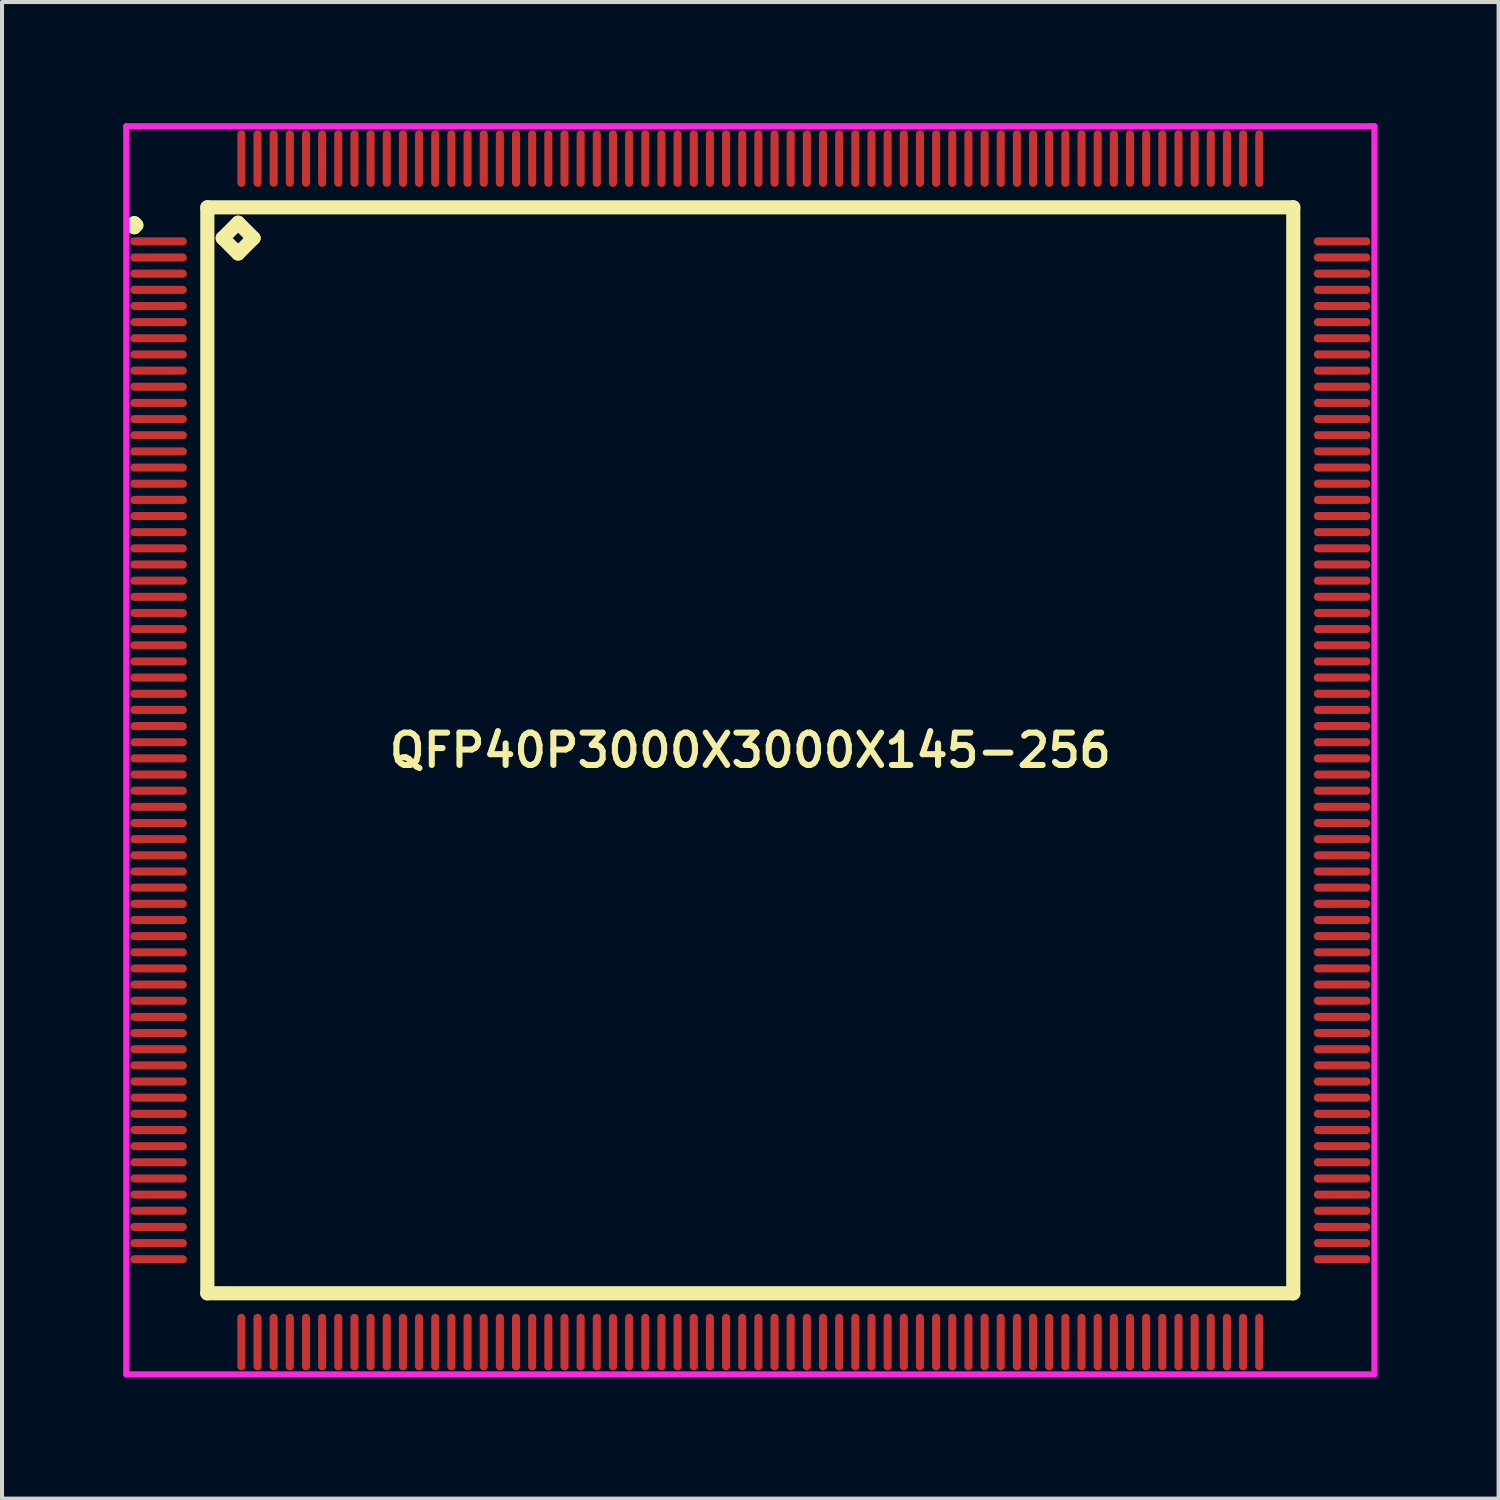
<source format=kicad_pcb>
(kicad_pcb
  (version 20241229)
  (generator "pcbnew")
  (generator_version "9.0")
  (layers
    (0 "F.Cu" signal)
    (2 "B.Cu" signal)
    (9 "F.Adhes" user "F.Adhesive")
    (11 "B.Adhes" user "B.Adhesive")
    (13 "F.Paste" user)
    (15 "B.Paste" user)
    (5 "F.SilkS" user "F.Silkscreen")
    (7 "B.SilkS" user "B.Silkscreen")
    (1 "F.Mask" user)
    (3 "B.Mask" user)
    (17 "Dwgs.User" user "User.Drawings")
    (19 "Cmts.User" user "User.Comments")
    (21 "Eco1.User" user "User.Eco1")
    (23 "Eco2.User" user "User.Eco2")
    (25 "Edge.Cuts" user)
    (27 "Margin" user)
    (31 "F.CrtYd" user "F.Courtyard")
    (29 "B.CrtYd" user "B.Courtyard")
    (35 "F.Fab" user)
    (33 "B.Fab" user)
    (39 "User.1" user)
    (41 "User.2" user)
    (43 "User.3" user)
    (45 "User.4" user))
  (footprint "QFP40P3000X3000X145-256"
    (layer "F.Cu")
    (at 15.525 15.525)
    (property "Reference" "QFP40P3000X3000X145-256" (at 0 0 0) (layer "F.SilkS") (effects (font (size 0.8 0.8) (thickness 0.15))))
    (attr smd)
    (fp_line (start -15.3 -13) (end -15.25 -13.05) (stroke (width 0.35) (type solid)) (layer "F.SilkS"))
    (fp_line (start -15.25 -13.05) (end -15.2 -13) (stroke (width 0.35) (type solid)) (layer "F.SilkS"))
    (fp_line (start -15.25 -12.95) (end -15.3 -13) (stroke (width 0.35) (type solid)) (layer "F.SilkS"))
    (fp_line (start -15.2 -13) (end -15.25 -12.95) (stroke (width 0.35) (type solid)) (layer "F.SilkS"))
    (fp_line (start -13.442 -13.442) (end -13.442 13.442) (stroke (width 0.35) (type solid)) (layer "F.SilkS"))
    (fp_line (start -13.442 13.442) (end 13.442 13.442) (stroke (width 0.35) (type solid)) (layer "F.SilkS"))
    (fp_line (start -13.061 -12.68) (end -12.68 -13.061) (stroke (width 0.35) (type solid)) (layer "F.SilkS"))
    (fp_line (start -12.68 -13.061) (end -12.299 -12.68) (stroke (width 0.35) (type solid)) (layer "F.SilkS"))
    (fp_line (start -12.68 -12.299) (end -13.061 -12.68) (stroke (width 0.35) (type solid)) (layer "F.SilkS"))
    (fp_line (start -12.299 -12.68) (end -12.68 -12.299) (stroke (width 0.35) (type solid)) (layer "F.SilkS"))
    (fp_line (start 13.442 -13.442) (end -13.442 -13.442) (stroke (width 0.35) (type solid)) (layer "F.SilkS"))
    (fp_line (start 13.442 13.442) (end 13.442 -13.442) (stroke (width 0.35) (type solid)) (layer "F.SilkS"))
    (fp_line (start -15.45 -15.45) (end 15.45 -15.45) (stroke (width 0.15) (type solid)) (layer "F.CrtYd"))
    (fp_line (start -15.45 15.45) (end -15.45 -15.45) (stroke (width 0.15) (type solid)) (layer "F.CrtYd"))
    (fp_line (start 15.45 -15.45) (end 15.45 15.45) (stroke (width 0.15) (type solid)) (layer "F.CrtYd"))
    (fp_line (start 15.45 15.45) (end -15.45 15.45) (stroke (width 0.15) (type solid)) (layer "F.CrtYd"))
    (pad "1" smd oval (at -14.65 -12.6) (size 1.4 0.2) (layers "F.Cu" "F.Mask" "F.Paste"))
    (pad "2" smd oval (at -14.65 -12.2) (size 1.4 0.2) (layers "F.Cu" "F.Mask" "F.Paste"))
    (pad "3" smd oval (at -14.65 -11.8) (size 1.4 0.2) (layers "F.Cu" "F.Mask" "F.Paste"))
    (pad "4" smd oval (at -14.65 -11.4) (size 1.4 0.2) (layers "F.Cu" "F.Mask" "F.Paste"))
    (pad "5" smd oval (at -14.65 -11) (size 1.4 0.2) (layers "F.Cu" "F.Mask" "F.Paste"))
    (pad "6" smd oval (at -14.65 -10.6) (size 1.4 0.2) (layers "F.Cu" "F.Mask" "F.Paste"))
    (pad "7" smd oval (at -14.65 -10.2) (size 1.4 0.2) (layers "F.Cu" "F.Mask" "F.Paste"))
    (pad "8" smd oval (at -14.65 -9.8) (size 1.4 0.2) (layers "F.Cu" "F.Mask" "F.Paste"))
    (pad "9" smd oval (at -14.65 -9.4) (size 1.4 0.2) (layers "F.Cu" "F.Mask" "F.Paste"))
    (pad "10" smd oval (at -14.65 -9) (size 1.4 0.2) (layers "F.Cu" "F.Mask" "F.Paste"))
    (pad "11" smd oval (at -14.65 -8.6) (size 1.4 0.2) (layers "F.Cu" "F.Mask" "F.Paste"))
    (pad "12" smd oval (at -14.65 -8.2) (size 1.4 0.2) (layers "F.Cu" "F.Mask" "F.Paste"))
    (pad "13" smd oval (at -14.65 -7.8) (size 1.4 0.2) (layers "F.Cu" "F.Mask" "F.Paste"))
    (pad "14" smd oval (at -14.65 -7.4) (size 1.4 0.2) (layers "F.Cu" "F.Mask" "F.Paste"))
    (pad "15" smd oval (at -14.65 -7) (size 1.4 0.2) (layers "F.Cu" "F.Mask" "F.Paste"))
    (pad "16" smd oval (at -14.65 -6.6) (size 1.4 0.2) (layers "F.Cu" "F.Mask" "F.Paste"))
    (pad "17" smd oval (at -14.65 -6.2) (size 1.4 0.2) (layers "F.Cu" "F.Mask" "F.Paste"))
    (pad "18" smd oval (at -14.65 -5.8) (size 1.4 0.2) (layers "F.Cu" "F.Mask" "F.Paste"))
    (pad "19" smd oval (at -14.65 -5.4) (size 1.4 0.2) (layers "F.Cu" "F.Mask" "F.Paste"))
    (pad "20" smd oval (at -14.65 -5) (size 1.4 0.2) (layers "F.Cu" "F.Mask" "F.Paste"))
    (pad "21" smd oval (at -14.65 -4.6) (size 1.4 0.2) (layers "F.Cu" "F.Mask" "F.Paste"))
    (pad "22" smd oval (at -14.65 -4.2) (size 1.4 0.2) (layers "F.Cu" "F.Mask" "F.Paste"))
    (pad "23" smd oval (at -14.65 -3.8) (size 1.4 0.2) (layers "F.Cu" "F.Mask" "F.Paste"))
    (pad "24" smd oval (at -14.65 -3.4) (size 1.4 0.2) (layers "F.Cu" "F.Mask" "F.Paste"))
    (pad "25" smd oval (at -14.65 -3) (size 1.4 0.2) (layers "F.Cu" "F.Mask" "F.Paste"))
    (pad "26" smd oval (at -14.65 -2.6) (size 1.4 0.2) (layers "F.Cu" "F.Mask" "F.Paste"))
    (pad "27" smd oval (at -14.65 -2.2) (size 1.4 0.2) (layers "F.Cu" "F.Mask" "F.Paste"))
    (pad "28" smd oval (at -14.65 -1.8) (size 1.4 0.2) (layers "F.Cu" "F.Mask" "F.Paste"))
    (pad "29" smd oval (at -14.65 -1.4) (size 1.4 0.2) (layers "F.Cu" "F.Mask" "F.Paste"))
    (pad "30" smd oval (at -14.65 -1) (size 1.4 0.2) (layers "F.Cu" "F.Mask" "F.Paste"))
    (pad "31" smd oval (at -14.65 -0.6) (size 1.4 0.2) (layers "F.Cu" "F.Mask" "F.Paste"))
    (pad "32" smd oval (at -14.65 -0.2) (size 1.4 0.2) (layers "F.Cu" "F.Mask" "F.Paste"))
    (pad "33" smd oval (at -14.65 0.2) (size 1.4 0.2) (layers "F.Cu" "F.Mask" "F.Paste"))
    (pad "34" smd oval (at -14.65 0.6) (size 1.4 0.2) (layers "F.Cu" "F.Mask" "F.Paste"))
    (pad "35" smd oval (at -14.65 1) (size 1.4 0.2) (layers "F.Cu" "F.Mask" "F.Paste"))
    (pad "36" smd oval (at -14.65 1.4) (size 1.4 0.2) (layers "F.Cu" "F.Mask" "F.Paste"))
    (pad "37" smd oval (at -14.65 1.8) (size 1.4 0.2) (layers "F.Cu" "F.Mask" "F.Paste"))
    (pad "38" smd oval (at -14.65 2.2) (size 1.4 0.2) (layers "F.Cu" "F.Mask" "F.Paste"))
    (pad "39" smd oval (at -14.65 2.6) (size 1.4 0.2) (layers "F.Cu" "F.Mask" "F.Paste"))
    (pad "40" smd oval (at -14.65 3) (size 1.4 0.2) (layers "F.Cu" "F.Mask" "F.Paste"))
    (pad "41" smd oval (at -14.65 3.4) (size 1.4 0.2) (layers "F.Cu" "F.Mask" "F.Paste"))
    (pad "42" smd oval (at -14.65 3.8) (size 1.4 0.2) (layers "F.Cu" "F.Mask" "F.Paste"))
    (pad "43" smd oval (at -14.65 4.2) (size 1.4 0.2) (layers "F.Cu" "F.Mask" "F.Paste"))
    (pad "44" smd oval (at -14.65 4.6) (size 1.4 0.2) (layers "F.Cu" "F.Mask" "F.Paste"))
    (pad "45" smd oval (at -14.65 5) (size 1.4 0.2) (layers "F.Cu" "F.Mask" "F.Paste"))
    (pad "46" smd oval (at -14.65 5.4) (size 1.4 0.2) (layers "F.Cu" "F.Mask" "F.Paste"))
    (pad "47" smd oval (at -14.65 5.8) (size 1.4 0.2) (layers "F.Cu" "F.Mask" "F.Paste"))
    (pad "48" smd oval (at -14.65 6.2) (size 1.4 0.2) (layers "F.Cu" "F.Mask" "F.Paste"))
    (pad "49" smd oval (at -14.65 6.6) (size 1.4 0.2) (layers "F.Cu" "F.Mask" "F.Paste"))
    (pad "50" smd oval (at -14.65 7) (size 1.4 0.2) (layers "F.Cu" "F.Mask" "F.Paste"))
    (pad "51" smd oval (at -14.65 7.4) (size 1.4 0.2) (layers "F.Cu" "F.Mask" "F.Paste"))
    (pad "52" smd oval (at -14.65 7.8) (size 1.4 0.2) (layers "F.Cu" "F.Mask" "F.Paste"))
    (pad "53" smd oval (at -14.65 8.2) (size 1.4 0.2) (layers "F.Cu" "F.Mask" "F.Paste"))
    (pad "54" smd oval (at -14.65 8.6) (size 1.4 0.2) (layers "F.Cu" "F.Mask" "F.Paste"))
    (pad "55" smd oval (at -14.65 9) (size 1.4 0.2) (layers "F.Cu" "F.Mask" "F.Paste"))
    (pad "56" smd oval (at -14.65 9.4) (size 1.4 0.2) (layers "F.Cu" "F.Mask" "F.Paste"))
    (pad "57" smd oval (at -14.65 9.8) (size 1.4 0.2) (layers "F.Cu" "F.Mask" "F.Paste"))
    (pad "58" smd oval (at -14.65 10.2) (size 1.4 0.2) (layers "F.Cu" "F.Mask" "F.Paste"))
    (pad "59" smd oval (at -14.65 10.6) (size 1.4 0.2) (layers "F.Cu" "F.Mask" "F.Paste"))
    (pad "60" smd oval (at -14.65 11) (size 1.4 0.2) (layers "F.Cu" "F.Mask" "F.Paste"))
    (pad "61" smd oval (at -14.65 11.4) (size 1.4 0.2) (layers "F.Cu" "F.Mask" "F.Paste"))
    (pad "62" smd oval (at -14.65 11.8) (size 1.4 0.2) (layers "F.Cu" "F.Mask" "F.Paste"))
    (pad "63" smd oval (at -14.65 12.2) (size 1.4 0.2) (layers "F.Cu" "F.Mask" "F.Paste"))
    (pad "64" smd oval (at -14.65 12.6) (size 1.4 0.2) (layers "F.Cu" "F.Mask" "F.Paste"))
    (pad "65" smd oval (at -12.6 14.65) (size 0.2 1.4) (layers "F.Cu" "F.Mask" "F.Paste"))
    (pad "66" smd oval (at -12.2 14.65) (size 0.2 1.4) (layers "F.Cu" "F.Mask" "F.Paste"))
    (pad "67" smd oval (at -11.8 14.65) (size 0.2 1.4) (layers "F.Cu" "F.Mask" "F.Paste"))
    (pad "68" smd oval (at -11.4 14.65) (size 0.2 1.4) (layers "F.Cu" "F.Mask" "F.Paste"))
    (pad "69" smd oval (at -11 14.65) (size 0.2 1.4) (layers "F.Cu" "F.Mask" "F.Paste"))
    (pad "70" smd oval (at -10.6 14.65) (size 0.2 1.4) (layers "F.Cu" "F.Mask" "F.Paste"))
    (pad "71" smd oval (at -10.2 14.65) (size 0.2 1.4) (layers "F.Cu" "F.Mask" "F.Paste"))
    (pad "72" smd oval (at -9.8 14.65) (size 0.2 1.4) (layers "F.Cu" "F.Mask" "F.Paste"))
    (pad "73" smd oval (at -9.4 14.65) (size 0.2 1.4) (layers "F.Cu" "F.Mask" "F.Paste"))
    (pad "74" smd oval (at -9 14.65) (size 0.2 1.4) (layers "F.Cu" "F.Mask" "F.Paste"))
    (pad "75" smd oval (at -8.6 14.65) (size 0.2 1.4) (layers "F.Cu" "F.Mask" "F.Paste"))
    (pad "76" smd oval (at -8.2 14.65) (size 0.2 1.4) (layers "F.Cu" "F.Mask" "F.Paste"))
    (pad "77" smd oval (at -7.8 14.65) (size 0.2 1.4) (layers "F.Cu" "F.Mask" "F.Paste"))
    (pad "78" smd oval (at -7.4 14.65) (size 0.2 1.4) (layers "F.Cu" "F.Mask" "F.Paste"))
    (pad "79" smd oval (at -7 14.65) (size 0.2 1.4) (layers "F.Cu" "F.Mask" "F.Paste"))
    (pad "80" smd oval (at -6.6 14.65) (size 0.2 1.4) (layers "F.Cu" "F.Mask" "F.Paste"))
    (pad "81" smd oval (at -6.2 14.65) (size 0.2 1.4) (layers "F.Cu" "F.Mask" "F.Paste"))
    (pad "82" smd oval (at -5.8 14.65) (size 0.2 1.4) (layers "F.Cu" "F.Mask" "F.Paste"))
    (pad "83" smd oval (at -5.4 14.65) (size 0.2 1.4) (layers "F.Cu" "F.Mask" "F.Paste"))
    (pad "84" smd oval (at -5 14.65) (size 0.2 1.4) (layers "F.Cu" "F.Mask" "F.Paste"))
    (pad "85" smd oval (at -4.6 14.65) (size 0.2 1.4) (layers "F.Cu" "F.Mask" "F.Paste"))
    (pad "86" smd oval (at -4.2 14.65) (size 0.2 1.4) (layers "F.Cu" "F.Mask" "F.Paste"))
    (pad "87" smd oval (at -3.8 14.65) (size 0.2 1.4) (layers "F.Cu" "F.Mask" "F.Paste"))
    (pad "88" smd oval (at -3.4 14.65) (size 0.2 1.4) (layers "F.Cu" "F.Mask" "F.Paste"))
    (pad "89" smd oval (at -3 14.65) (size 0.2 1.4) (layers "F.Cu" "F.Mask" "F.Paste"))
    (pad "90" smd oval (at -2.6 14.65) (size 0.2 1.4) (layers "F.Cu" "F.Mask" "F.Paste"))
    (pad "91" smd oval (at -2.2 14.65) (size 0.2 1.4) (layers "F.Cu" "F.Mask" "F.Paste"))
    (pad "92" smd oval (at -1.8 14.65) (size 0.2 1.4) (layers "F.Cu" "F.Mask" "F.Paste"))
    (pad "93" smd oval (at -1.4 14.65) (size 0.2 1.4) (layers "F.Cu" "F.Mask" "F.Paste"))
    (pad "94" smd oval (at -1 14.65) (size 0.2 1.4) (layers "F.Cu" "F.Mask" "F.Paste"))
    (pad "95" smd oval (at -0.6 14.65) (size 0.2 1.4) (layers "F.Cu" "F.Mask" "F.Paste"))
    (pad "96" smd oval (at -0.2 14.65) (size 0.2 1.4) (layers "F.Cu" "F.Mask" "F.Paste"))
    (pad "97" smd oval (at 0.2 14.65) (size 0.2 1.4) (layers "F.Cu" "F.Mask" "F.Paste"))
    (pad "98" smd oval (at 0.6 14.65) (size 0.2 1.4) (layers "F.Cu" "F.Mask" "F.Paste"))
    (pad "99" smd oval (at 1 14.65) (size 0.2 1.4) (layers "F.Cu" "F.Mask" "F.Paste"))
    (pad "100" smd oval (at 1.4 14.65) (size 0.2 1.4) (layers "F.Cu" "F.Mask" "F.Paste"))
    (pad "101" smd oval (at 1.8 14.65) (size 0.2 1.4) (layers "F.Cu" "F.Mask" "F.Paste"))
    (pad "102" smd oval (at 2.2 14.65) (size 0.2 1.4) (layers "F.Cu" "F.Mask" "F.Paste"))
    (pad "103" smd oval (at 2.6 14.65) (size 0.2 1.4) (layers "F.Cu" "F.Mask" "F.Paste"))
    (pad "104" smd oval (at 3 14.65) (size 0.2 1.4) (layers "F.Cu" "F.Mask" "F.Paste"))
    (pad "105" smd oval (at 3.4 14.65) (size 0.2 1.4) (layers "F.Cu" "F.Mask" "F.Paste"))
    (pad "106" smd oval (at 3.8 14.65) (size 0.2 1.4) (layers "F.Cu" "F.Mask" "F.Paste"))
    (pad "107" smd oval (at 4.2 14.65) (size 0.2 1.4) (layers "F.Cu" "F.Mask" "F.Paste"))
    (pad "108" smd oval (at 4.6 14.65) (size 0.2 1.4) (layers "F.Cu" "F.Mask" "F.Paste"))
    (pad "109" smd oval (at 5 14.65) (size 0.2 1.4) (layers "F.Cu" "F.Mask" "F.Paste"))
    (pad "110" smd oval (at 5.4 14.65) (size 0.2 1.4) (layers "F.Cu" "F.Mask" "F.Paste"))
    (pad "111" smd oval (at 5.8 14.65) (size 0.2 1.4) (layers "F.Cu" "F.Mask" "F.Paste"))
    (pad "112" smd oval (at 6.2 14.65) (size 0.2 1.4) (layers "F.Cu" "F.Mask" "F.Paste"))
    (pad "113" smd oval (at 6.6 14.65) (size 0.2 1.4) (layers "F.Cu" "F.Mask" "F.Paste"))
    (pad "114" smd oval (at 7 14.65) (size 0.2 1.4) (layers "F.Cu" "F.Mask" "F.Paste"))
    (pad "115" smd oval (at 7.4 14.65) (size 0.2 1.4) (layers "F.Cu" "F.Mask" "F.Paste"))
    (pad "116" smd oval (at 7.8 14.65) (size 0.2 1.4) (layers "F.Cu" "F.Mask" "F.Paste"))
    (pad "117" smd oval (at 8.2 14.65) (size 0.2 1.4) (layers "F.Cu" "F.Mask" "F.Paste"))
    (pad "118" smd oval (at 8.6 14.65) (size 0.2 1.4) (layers "F.Cu" "F.Mask" "F.Paste"))
    (pad "119" smd oval (at 9 14.65) (size 0.2 1.4) (layers "F.Cu" "F.Mask" "F.Paste"))
    (pad "120" smd oval (at 9.4 14.65) (size 0.2 1.4) (layers "F.Cu" "F.Mask" "F.Paste"))
    (pad "121" smd oval (at 9.8 14.65) (size 0.2 1.4) (layers "F.Cu" "F.Mask" "F.Paste"))
    (pad "122" smd oval (at 10.2 14.65) (size 0.2 1.4) (layers "F.Cu" "F.Mask" "F.Paste"))
    (pad "123" smd oval (at 10.6 14.65) (size 0.2 1.4) (layers "F.Cu" "F.Mask" "F.Paste"))
    (pad "124" smd oval (at 11 14.65) (size 0.2 1.4) (layers "F.Cu" "F.Mask" "F.Paste"))
    (pad "125" smd oval (at 11.4 14.65) (size 0.2 1.4) (layers "F.Cu" "F.Mask" "F.Paste"))
    (pad "126" smd oval (at 11.8 14.65) (size 0.2 1.4) (layers "F.Cu" "F.Mask" "F.Paste"))
    (pad "127" smd oval (at 12.2 14.65) (size 0.2 1.4) (layers "F.Cu" "F.Mask" "F.Paste"))
    (pad "128" smd oval (at 12.6 14.65) (size 0.2 1.4) (layers "F.Cu" "F.Mask" "F.Paste"))
    (pad "129" smd oval (at 14.65 12.6) (size 1.4 0.2) (layers "F.Cu" "F.Mask" "F.Paste"))
    (pad "130" smd oval (at 14.65 12.2) (size 1.4 0.2) (layers "F.Cu" "F.Mask" "F.Paste"))
    (pad "131" smd oval (at 14.65 11.8) (size 1.4 0.2) (layers "F.Cu" "F.Mask" "F.Paste"))
    (pad "132" smd oval (at 14.65 11.4) (size 1.4 0.2) (layers "F.Cu" "F.Mask" "F.Paste"))
    (pad "133" smd oval (at 14.65 11) (size 1.4 0.2) (layers "F.Cu" "F.Mask" "F.Paste"))
    (pad "134" smd oval (at 14.65 10.6) (size 1.4 0.2) (layers "F.Cu" "F.Mask" "F.Paste"))
    (pad "135" smd oval (at 14.65 10.2) (size 1.4 0.2) (layers "F.Cu" "F.Mask" "F.Paste"))
    (pad "136" smd oval (at 14.65 9.8) (size 1.4 0.2) (layers "F.Cu" "F.Mask" "F.Paste"))
    (pad "137" smd oval (at 14.65 9.4) (size 1.4 0.2) (layers "F.Cu" "F.Mask" "F.Paste"))
    (pad "138" smd oval (at 14.65 9) (size 1.4 0.2) (layers "F.Cu" "F.Mask" "F.Paste"))
    (pad "139" smd oval (at 14.65 8.6) (size 1.4 0.2) (layers "F.Cu" "F.Mask" "F.Paste"))
    (pad "140" smd oval (at 14.65 8.2) (size 1.4 0.2) (layers "F.Cu" "F.Mask" "F.Paste"))
    (pad "141" smd oval (at 14.65 7.8) (size 1.4 0.2) (layers "F.Cu" "F.Mask" "F.Paste"))
    (pad "142" smd oval (at 14.65 7.4) (size 1.4 0.2) (layers "F.Cu" "F.Mask" "F.Paste"))
    (pad "143" smd oval (at 14.65 7) (size 1.4 0.2) (layers "F.Cu" "F.Mask" "F.Paste"))
    (pad "144" smd oval (at 14.65 6.6) (size 1.4 0.2) (layers "F.Cu" "F.Mask" "F.Paste"))
    (pad "145" smd oval (at 14.65 6.2) (size 1.4 0.2) (layers "F.Cu" "F.Mask" "F.Paste"))
    (pad "146" smd oval (at 14.65 5.8) (size 1.4 0.2) (layers "F.Cu" "F.Mask" "F.Paste"))
    (pad "147" smd oval (at 14.65 5.4) (size 1.4 0.2) (layers "F.Cu" "F.Mask" "F.Paste"))
    (pad "148" smd oval (at 14.65 5) (size 1.4 0.2) (layers "F.Cu" "F.Mask" "F.Paste"))
    (pad "149" smd oval (at 14.65 4.6) (size 1.4 0.2) (layers "F.Cu" "F.Mask" "F.Paste"))
    (pad "150" smd oval (at 14.65 4.2) (size 1.4 0.2) (layers "F.Cu" "F.Mask" "F.Paste"))
    (pad "151" smd oval (at 14.65 3.8) (size 1.4 0.2) (layers "F.Cu" "F.Mask" "F.Paste"))
    (pad "152" smd oval (at 14.65 3.4) (size 1.4 0.2) (layers "F.Cu" "F.Mask" "F.Paste"))
    (pad "153" smd oval (at 14.65 3) (size 1.4 0.2) (layers "F.Cu" "F.Mask" "F.Paste"))
    (pad "154" smd oval (at 14.65 2.6) (size 1.4 0.2) (layers "F.Cu" "F.Mask" "F.Paste"))
    (pad "155" smd oval (at 14.65 2.2) (size 1.4 0.2) (layers "F.Cu" "F.Mask" "F.Paste"))
    (pad "156" smd oval (at 14.65 1.8) (size 1.4 0.2) (layers "F.Cu" "F.Mask" "F.Paste"))
    (pad "157" smd oval (at 14.65 1.4) (size 1.4 0.2) (layers "F.Cu" "F.Mask" "F.Paste"))
    (pad "158" smd oval (at 14.65 1) (size 1.4 0.2) (layers "F.Cu" "F.Mask" "F.Paste"))
    (pad "159" smd oval (at 14.65 0.6) (size 1.4 0.2) (layers "F.Cu" "F.Mask" "F.Paste"))
    (pad "160" smd oval (at 14.65 0.2) (size 1.4 0.2) (layers "F.Cu" "F.Mask" "F.Paste"))
    (pad "161" smd oval (at 14.65 -0.2) (size 1.4 0.2) (layers "F.Cu" "F.Mask" "F.Paste"))
    (pad "162" smd oval (at 14.65 -0.6) (size 1.4 0.2) (layers "F.Cu" "F.Mask" "F.Paste"))
    (pad "163" smd oval (at 14.65 -1) (size 1.4 0.2) (layers "F.Cu" "F.Mask" "F.Paste"))
    (pad "164" smd oval (at 14.65 -1.4) (size 1.4 0.2) (layers "F.Cu" "F.Mask" "F.Paste"))
    (pad "165" smd oval (at 14.65 -1.8) (size 1.4 0.2) (layers "F.Cu" "F.Mask" "F.Paste"))
    (pad "166" smd oval (at 14.65 -2.2) (size 1.4 0.2) (layers "F.Cu" "F.Mask" "F.Paste"))
    (pad "167" smd oval (at 14.65 -2.6) (size 1.4 0.2) (layers "F.Cu" "F.Mask" "F.Paste"))
    (pad "168" smd oval (at 14.65 -3) (size 1.4 0.2) (layers "F.Cu" "F.Mask" "F.Paste"))
    (pad "169" smd oval (at 14.65 -3.4) (size 1.4 0.2) (layers "F.Cu" "F.Mask" "F.Paste"))
    (pad "170" smd oval (at 14.65 -3.8) (size 1.4 0.2) (layers "F.Cu" "F.Mask" "F.Paste"))
    (pad "171" smd oval (at 14.65 -4.2) (size 1.4 0.2) (layers "F.Cu" "F.Mask" "F.Paste"))
    (pad "172" smd oval (at 14.65 -4.6) (size 1.4 0.2) (layers "F.Cu" "F.Mask" "F.Paste"))
    (pad "173" smd oval (at 14.65 -5) (size 1.4 0.2) (layers "F.Cu" "F.Mask" "F.Paste"))
    (pad "174" smd oval (at 14.65 -5.4) (size 1.4 0.2) (layers "F.Cu" "F.Mask" "F.Paste"))
    (pad "175" smd oval (at 14.65 -5.8) (size 1.4 0.2) (layers "F.Cu" "F.Mask" "F.Paste"))
    (pad "176" smd oval (at 14.65 -6.2) (size 1.4 0.2) (layers "F.Cu" "F.Mask" "F.Paste"))
    (pad "177" smd oval (at 14.65 -6.6) (size 1.4 0.2) (layers "F.Cu" "F.Mask" "F.Paste"))
    (pad "178" smd oval (at 14.65 -7) (size 1.4 0.2) (layers "F.Cu" "F.Mask" "F.Paste"))
    (pad "179" smd oval (at 14.65 -7.4) (size 1.4 0.2) (layers "F.Cu" "F.Mask" "F.Paste"))
    (pad "180" smd oval (at 14.65 -7.8) (size 1.4 0.2) (layers "F.Cu" "F.Mask" "F.Paste"))
    (pad "181" smd oval (at 14.65 -8.2) (size 1.4 0.2) (layers "F.Cu" "F.Mask" "F.Paste"))
    (pad "182" smd oval (at 14.65 -8.6) (size 1.4 0.2) (layers "F.Cu" "F.Mask" "F.Paste"))
    (pad "183" smd oval (at 14.65 -9) (size 1.4 0.2) (layers "F.Cu" "F.Mask" "F.Paste"))
    (pad "184" smd oval (at 14.65 -9.4) (size 1.4 0.2) (layers "F.Cu" "F.Mask" "F.Paste"))
    (pad "185" smd oval (at 14.65 -9.8) (size 1.4 0.2) (layers "F.Cu" "F.Mask" "F.Paste"))
    (pad "186" smd oval (at 14.65 -10.2) (size 1.4 0.2) (layers "F.Cu" "F.Mask" "F.Paste"))
    (pad "187" smd oval (at 14.65 -10.6) (size 1.4 0.2) (layers "F.Cu" "F.Mask" "F.Paste"))
    (pad "188" smd oval (at 14.65 -11) (size 1.4 0.2) (layers "F.Cu" "F.Mask" "F.Paste"))
    (pad "189" smd oval (at 14.65 -11.4) (size 1.4 0.2) (layers "F.Cu" "F.Mask" "F.Paste"))
    (pad "190" smd oval (at 14.65 -11.8) (size 1.4 0.2) (layers "F.Cu" "F.Mask" "F.Paste"))
    (pad "191" smd oval (at 14.65 -12.2) (size 1.4 0.2) (layers "F.Cu" "F.Mask" "F.Paste"))
    (pad "192" smd oval (at 14.65 -12.6) (size 1.4 0.2) (layers "F.Cu" "F.Mask" "F.Paste"))
    (pad "193" smd oval (at 12.6 -14.65) (size 0.2 1.4) (layers "F.Cu" "F.Mask" "F.Paste"))
    (pad "194" smd oval (at 12.2 -14.65) (size 0.2 1.4) (layers "F.Cu" "F.Mask" "F.Paste"))
    (pad "195" smd oval (at 11.8 -14.65) (size 0.2 1.4) (layers "F.Cu" "F.Mask" "F.Paste"))
    (pad "196" smd oval (at 11.4 -14.65) (size 0.2 1.4) (layers "F.Cu" "F.Mask" "F.Paste"))
    (pad "197" smd oval (at 11 -14.65) (size 0.2 1.4) (layers "F.Cu" "F.Mask" "F.Paste"))
    (pad "198" smd oval (at 10.6 -14.65) (size 0.2 1.4) (layers "F.Cu" "F.Mask" "F.Paste"))
    (pad "199" smd oval (at 10.2 -14.65) (size 0.2 1.4) (layers "F.Cu" "F.Mask" "F.Paste"))
    (pad "200" smd oval (at 9.8 -14.65) (size 0.2 1.4) (layers "F.Cu" "F.Mask" "F.Paste"))
    (pad "201" smd oval (at 9.4 -14.65) (size 0.2 1.4) (layers "F.Cu" "F.Mask" "F.Paste"))
    (pad "202" smd oval (at 9 -14.65) (size 0.2 1.4) (layers "F.Cu" "F.Mask" "F.Paste"))
    (pad "203" smd oval (at 8.6 -14.65) (size 0.2 1.4) (layers "F.Cu" "F.Mask" "F.Paste"))
    (pad "204" smd oval (at 8.2 -14.65) (size 0.2 1.4) (layers "F.Cu" "F.Mask" "F.Paste"))
    (pad "205" smd oval (at 7.8 -14.65) (size 0.2 1.4) (layers "F.Cu" "F.Mask" "F.Paste"))
    (pad "206" smd oval (at 7.4 -14.65) (size 0.2 1.4) (layers "F.Cu" "F.Mask" "F.Paste"))
    (pad "207" smd oval (at 7 -14.65) (size 0.2 1.4) (layers "F.Cu" "F.Mask" "F.Paste"))
    (pad "208" smd oval (at 6.6 -14.65) (size 0.2 1.4) (layers "F.Cu" "F.Mask" "F.Paste"))
    (pad "209" smd oval (at 6.2 -14.65) (size 0.2 1.4) (layers "F.Cu" "F.Mask" "F.Paste"))
    (pad "210" smd oval (at 5.8 -14.65) (size 0.2 1.4) (layers "F.Cu" "F.Mask" "F.Paste"))
    (pad "211" smd oval (at 5.4 -14.65) (size 0.2 1.4) (layers "F.Cu" "F.Mask" "F.Paste"))
    (pad "212" smd oval (at 5 -14.65) (size 0.2 1.4) (layers "F.Cu" "F.Mask" "F.Paste"))
    (pad "213" smd oval (at 4.6 -14.65) (size 0.2 1.4) (layers "F.Cu" "F.Mask" "F.Paste"))
    (pad "214" smd oval (at 4.2 -14.65) (size 0.2 1.4) (layers "F.Cu" "F.Mask" "F.Paste"))
    (pad "215" smd oval (at 3.8 -14.65) (size 0.2 1.4) (layers "F.Cu" "F.Mask" "F.Paste"))
    (pad "216" smd oval (at 3.4 -14.65) (size 0.2 1.4) (layers "F.Cu" "F.Mask" "F.Paste"))
    (pad "217" smd oval (at 3 -14.65) (size 0.2 1.4) (layers "F.Cu" "F.Mask" "F.Paste"))
    (pad "218" smd oval (at 2.6 -14.65) (size 0.2 1.4) (layers "F.Cu" "F.Mask" "F.Paste"))
    (pad "219" smd oval (at 2.2 -14.65) (size 0.2 1.4) (layers "F.Cu" "F.Mask" "F.Paste"))
    (pad "220" smd oval (at 1.8 -14.65) (size 0.2 1.4) (layers "F.Cu" "F.Mask" "F.Paste"))
    (pad "221" smd oval (at 1.4 -14.65) (size 0.2 1.4) (layers "F.Cu" "F.Mask" "F.Paste"))
    (pad "222" smd oval (at 1 -14.65) (size 0.2 1.4) (layers "F.Cu" "F.Mask" "F.Paste"))
    (pad "223" smd oval (at 0.6 -14.65) (size 0.2 1.4) (layers "F.Cu" "F.Mask" "F.Paste"))
    (pad "224" smd oval (at 0.2 -14.65) (size 0.2 1.4) (layers "F.Cu" "F.Mask" "F.Paste"))
    (pad "225" smd oval (at -0.2 -14.65) (size 0.2 1.4) (layers "F.Cu" "F.Mask" "F.Paste"))
    (pad "226" smd oval (at -0.6 -14.65) (size 0.2 1.4) (layers "F.Cu" "F.Mask" "F.Paste"))
    (pad "227" smd oval (at -1 -14.65) (size 0.2 1.4) (layers "F.Cu" "F.Mask" "F.Paste"))
    (pad "228" smd oval (at -1.4 -14.65) (size 0.2 1.4) (layers "F.Cu" "F.Mask" "F.Paste"))
    (pad "229" smd oval (at -1.8 -14.65) (size 0.2 1.4) (layers "F.Cu" "F.Mask" "F.Paste"))
    (pad "230" smd oval (at -2.2 -14.65) (size 0.2 1.4) (layers "F.Cu" "F.Mask" "F.Paste"))
    (pad "231" smd oval (at -2.6 -14.65) (size 0.2 1.4) (layers "F.Cu" "F.Mask" "F.Paste"))
    (pad "232" smd oval (at -3 -14.65) (size 0.2 1.4) (layers "F.Cu" "F.Mask" "F.Paste"))
    (pad "233" smd oval (at -3.4 -14.65) (size 0.2 1.4) (layers "F.Cu" "F.Mask" "F.Paste"))
    (pad "234" smd oval (at -3.8 -14.65) (size 0.2 1.4) (layers "F.Cu" "F.Mask" "F.Paste"))
    (pad "235" smd oval (at -4.2 -14.65) (size 0.2 1.4) (layers "F.Cu" "F.Mask" "F.Paste"))
    (pad "236" smd oval (at -4.6 -14.65) (size 0.2 1.4) (layers "F.Cu" "F.Mask" "F.Paste"))
    (pad "237" smd oval (at -5 -14.65) (size 0.2 1.4) (layers "F.Cu" "F.Mask" "F.Paste"))
    (pad "238" smd oval (at -5.4 -14.65) (size 0.2 1.4) (layers "F.Cu" "F.Mask" "F.Paste"))
    (pad "239" smd oval (at -5.8 -14.65) (size 0.2 1.4) (layers "F.Cu" "F.Mask" "F.Paste"))
    (pad "240" smd oval (at -6.2 -14.65) (size 0.2 1.4) (layers "F.Cu" "F.Mask" "F.Paste"))
    (pad "241" smd oval (at -6.6 -14.65) (size 0.2 1.4) (layers "F.Cu" "F.Mask" "F.Paste"))
    (pad "242" smd oval (at -7 -14.65) (size 0.2 1.4) (layers "F.Cu" "F.Mask" "F.Paste"))
    (pad "243" smd oval (at -7.4 -14.65) (size 0.2 1.4) (layers "F.Cu" "F.Mask" "F.Paste"))
    (pad "244" smd oval (at -7.8 -14.65) (size 0.2 1.4) (layers "F.Cu" "F.Mask" "F.Paste"))
    (pad "245" smd oval (at -8.2 -14.65) (size 0.2 1.4) (layers "F.Cu" "F.Mask" "F.Paste"))
    (pad "246" smd oval (at -8.6 -14.65) (size 0.2 1.4) (layers "F.Cu" "F.Mask" "F.Paste"))
    (pad "247" smd oval (at -9 -14.65) (size 0.2 1.4) (layers "F.Cu" "F.Mask" "F.Paste"))
    (pad "248" smd oval (at -9.4 -14.65) (size 0.2 1.4) (layers "F.Cu" "F.Mask" "F.Paste"))
    (pad "249" smd oval (at -9.8 -14.65) (size 0.2 1.4) (layers "F.Cu" "F.Mask" "F.Paste"))
    (pad "250" smd oval (at -10.2 -14.65) (size 0.2 1.4) (layers "F.Cu" "F.Mask" "F.Paste"))
    (pad "251" smd oval (at -10.6 -14.65) (size 0.2 1.4) (layers "F.Cu" "F.Mask" "F.Paste"))
    (pad "252" smd oval (at -11 -14.65) (size 0.2 1.4) (layers "F.Cu" "F.Mask" "F.Paste"))
    (pad "253" smd oval (at -11.4 -14.65) (size 0.2 1.4) (layers "F.Cu" "F.Mask" "F.Paste"))
    (pad "254" smd oval (at -11.8 -14.65) (size 0.2 1.4) (layers "F.Cu" "F.Mask" "F.Paste"))
    (pad "255" smd oval (at -12.2 -14.65) (size 0.2 1.4) (layers "F.Cu" "F.Mask" "F.Paste"))
    (pad "256" smd oval (at -12.6 -14.65) (size 0.2 1.4) (layers "F.Cu" "F.Mask" "F.Paste")))
  (gr_rect
    (start -3 -3)
    (end 34.05 34.05)
    (stroke (width 0.1) (type default))
    (fill no)
    (layer "Edge.Cuts")))
</source>
